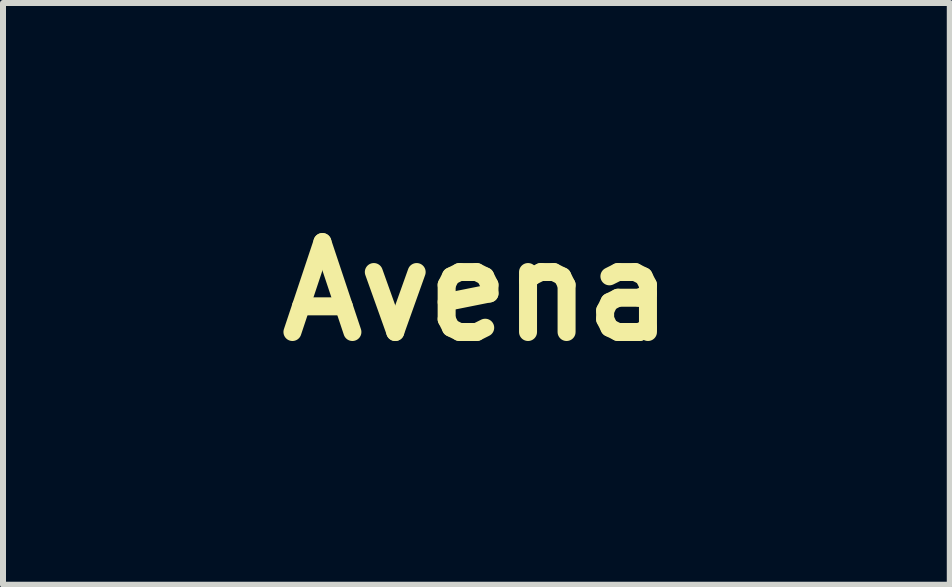
<source format=kicad_pcb>
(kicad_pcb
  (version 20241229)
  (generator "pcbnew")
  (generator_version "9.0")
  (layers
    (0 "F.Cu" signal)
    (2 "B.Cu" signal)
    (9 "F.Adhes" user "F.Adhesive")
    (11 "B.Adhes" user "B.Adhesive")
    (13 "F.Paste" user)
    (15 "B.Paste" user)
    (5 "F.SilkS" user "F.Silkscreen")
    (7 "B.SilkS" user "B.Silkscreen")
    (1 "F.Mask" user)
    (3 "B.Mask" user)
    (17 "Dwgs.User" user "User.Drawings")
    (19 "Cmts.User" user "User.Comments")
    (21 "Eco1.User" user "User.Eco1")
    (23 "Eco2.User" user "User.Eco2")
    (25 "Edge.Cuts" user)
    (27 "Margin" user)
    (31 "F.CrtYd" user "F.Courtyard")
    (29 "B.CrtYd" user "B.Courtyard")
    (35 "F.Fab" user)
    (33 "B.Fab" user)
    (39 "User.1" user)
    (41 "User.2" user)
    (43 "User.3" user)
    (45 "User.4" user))
  (footprint "Avena"
    (layer "F.Cu")
    (at 4.898 1.808)
    (property "Reference" "Avena" (at 0 0 0) (layer "F.SilkS") (effects (font (size 1.5 1.5) (thickness 0.3))))
    (attr board_only exclude_from_pos_files exclude_from_bom)
    (fp_poly (pts (xy -2.951 -1.51) (xy -2.851 -1.458) (xy -2.768 -1.375) (xy -2.725 -1.286) (xy -2.702 -1.171) (xy -2.698 -1.039) (xy -2.713 -0.903) (xy -2.748 -0.773) (xy -2.774 -0.711) (xy -2.838 -0.614) (xy -2.92 -0.549) (xy -3.012 -0.517) (xy -3.107 -0.522) (xy -3.182 -0.556) (xy -3.273 -0.642) (xy -3.342 -0.757) (xy -3.387 -0.89) (xy -3.408 -1.032) (xy -3.401 -1.174) (xy -3.365 -1.304) (xy -3.334 -1.366) (xy -3.257 -1.454) (xy -3.162 -1.508) (xy -3.057 -1.526)) (stroke (width 0) (type solid)) (fill yes) (layer "F.Mask"))
    (fp_poly (pts (xy 3.547 -0.31) (xy 3.588 -0.301) (xy 3.623 -0.286) (xy 3.65 -0.27) (xy 3.705 -0.23) (xy 3.747 -0.182) (xy 3.778 -0.12) (xy 3.8 -0.038) (xy 3.815 0.071) (xy 3.824 0.212) (xy 3.829 0.352) (xy 3.838 0.725) (xy 3.705 0.725) (xy 3.573 0.725) (xy 3.573 0.381) (xy 3.573 0.251) (xy 3.571 0.157) (xy 3.568 0.092) (xy 3.561 0.047) (xy 3.55 0.016) (xy 3.534 -0.01) (xy 3.517 -0.031) (xy 3.478 -0.07) (xy 3.438 -0.09) (xy 3.38 -0.097) (xy 3.344 -0.097) (xy 3.226 -0.097) (xy 3.226 0.314) (xy 3.226 0.725) (xy 3.084 0.725) (xy 2.941 0.725) (xy 2.949 0.239) (xy 2.952 0.066) (xy 2.956 -0.068) (xy 2.962 -0.166) (xy 2.969 -0.231) (xy 2.978 -0.266) (xy 2.983 -0.274) (xy 3.021 -0.289) (xy 3.101 -0.3) (xy 3.224 -0.308) (xy 3.29 -0.31) (xy 3.407 -0.313) (xy 3.489 -0.314)) (stroke (width 0) (type solid)) (fill yes) (layer "F.Mask"))
    (fp_poly (pts (xy -3.01 -0.431) (xy -2.969 -0.397) (xy -2.959 -0.374) (xy -2.955 -0.334) (xy -2.95 -0.257) (xy -2.945 -0.15) (xy -2.941 -0.017) (xy -2.937 0.134) (xy -2.934 0.298) (xy -2.931 0.468) (xy -2.929 0.637) (xy -2.928 0.801) (xy -2.927 0.953) (xy -2.927 1.086) (xy -2.929 1.195) (xy -2.932 1.272) (xy -2.933 1.294) (xy -2.95 1.42) (xy -2.977 1.504) (xy -3.014 1.546) (xy -3.061 1.546) (xy -3.118 1.505) (xy -3.119 1.504) (xy -3.13 1.492) (xy -3.139 1.477) (xy -3.146 1.456) (xy -3.151 1.424) (xy -3.155 1.377) (xy -3.158 1.311) (xy -3.16 1.222) (xy -3.16 1.106) (xy -3.16 0.959) (xy -3.159 0.777) (xy -3.157 0.557) (xy -3.157 0.541) (xy -3.155 0.315) (xy -3.154 0.129) (xy -3.151 -0.021) (xy -3.149 -0.141) (xy -3.146 -0.232) (xy -3.142 -0.3) (xy -3.137 -0.348) (xy -3.131 -0.381) (xy -3.124 -0.401) (xy -3.115 -0.413) (xy -3.115 -0.413) (xy -3.065 -0.438)) (stroke (width 0) (type solid)) (fill yes) (layer "F.Mask"))
    (fp_poly (pts (xy 0.908 -0.283) (xy 0.918 -0.279) (xy 0.94 -0.253) (xy 0.97 -0.19) (xy 1.003 -0.098) (xy 1.02 -0.046) (xy 1.066 0.099) (xy 1.109 0.218) (xy 1.145 0.307) (xy 1.174 0.362) (xy 1.193 0.379) (xy 1.205 0.359) (xy 1.228 0.305) (xy 1.258 0.224) (xy 1.293 0.122) (xy 1.317 0.049) (xy 1.423 -0.282) (xy 1.556 -0.288) (xy 1.625 -0.289) (xy 1.673 -0.284) (xy 1.689 -0.277) (xy 1.682 -0.25) (xy 1.662 -0.19) (xy 1.633 -0.105) (xy 1.597 -0.002) (xy 1.556 0.111) (xy 1.514 0.226) (xy 1.473 0.336) (xy 1.437 0.433) (xy 1.407 0.51) (xy 1.398 0.531) (xy 1.338 0.649) (xy 1.274 0.727) (xy 1.206 0.765) (xy 1.137 0.761) (xy 1.085 0.731) (xy 1.056 0.694) (xy 1.018 0.624) (xy 0.973 0.529) (xy 0.924 0.416) (xy 0.874 0.293) (xy 0.825 0.167) (xy 0.78 0.044) (xy 0.743 -0.068) (xy 0.716 -0.161) (xy 0.701 -0.228) (xy 0.701 -0.261) (xy 0.729 -0.28) (xy 0.783 -0.291) (xy 0.848 -0.292)) (stroke (width 0) (type solid)) (fill yes) (layer "F.Mask"))
    (fp_poly (pts (xy -3.84 -0.95) (xy -3.687 -0.927) (xy -3.551 -0.864) (xy -3.432 -0.762) (xy -3.331 -0.62) (xy -3.302 -0.566) (xy -3.262 -0.457) (xy -3.249 -0.355) (xy -3.264 -0.268) (xy -3.287 -0.228) (xy -3.344 -0.188) (xy -3.427 -0.168) (xy -3.528 -0.157) (xy -3.439 -0.057) (xy -3.351 0.06) (xy -3.289 0.177) (xy -3.255 0.289) (xy -3.251 0.388) (xy -3.278 0.47) (xy -3.301 0.499) (xy -3.345 0.533) (xy -3.399 0.549) (xy -3.467 0.552) (xy -3.579 0.552) (xy -3.48 0.639) (xy -3.402 0.724) (xy -3.333 0.827) (xy -3.281 0.936) (xy -3.252 1.036) (xy -3.248 1.077) (xy -3.267 1.168) (xy -3.32 1.238) (xy -3.399 1.279) (xy -3.468 1.287) (xy -3.553 1.278) (xy -3.639 1.257) (xy -3.652 1.253) (xy -3.757 1.198) (xy -3.861 1.114) (xy -3.95 1.012) (xy -3.989 0.95) (xy -4.036 0.834) (xy -4.055 0.726) (xy -4.045 0.631) (xy -4.01 0.556) (xy -3.95 0.506) (xy -3.866 0.487) (xy -3.864 0.487) (xy -3.786 0.487) (xy -3.873 0.388) (xy -3.97 0.259) (xy -4.028 0.135) (xy -4.049 0.009) (xy -4.049 -0.008) (xy -4.036 -0.111) (xy -3.994 -0.181) (xy -3.924 -0.219) (xy -3.851 -0.227) (xy -3.759 -0.227) (xy -3.859 -0.33) (xy -3.965 -0.462) (xy -4.028 -0.599) (xy -4.049 -0.739) (xy -4.04 -0.839) (xy -4.01 -0.903) (xy -3.953 -0.939) (xy -3.863 -0.95)) (stroke (width 0) (type solid)) (fill yes) (layer "F.Mask"))
    (fp_poly (pts (xy 2.381 -0.305) (xy 2.455 -0.284) (xy 2.552 -0.221) (xy 2.628 -0.123) (xy 2.679 0.003) (xy 2.705 0.153) (xy 2.707 0.215) (xy 2.707 0.335) (xy 2.377 0.34) (xy 2.251 0.343) (xy 2.162 0.346) (xy 2.104 0.35) (xy 2.07 0.357) (xy 2.055 0.367) (xy 2.052 0.381) (xy 2.053 0.39) (xy 2.083 0.457) (xy 2.148 0.51) (xy 2.237 0.545) (xy 2.344 0.559) (xy 2.456 0.551) (xy 2.547 0.54) (xy 2.604 0.55) (xy 2.634 0.584) (xy 2.642 0.641) (xy 2.628 0.699) (xy 2.582 0.74) (xy 2.503 0.766) (xy 2.385 0.78) (xy 2.378 0.78) (xy 2.289 0.782) (xy 2.209 0.779) (xy 2.155 0.772) (xy 2.155 0.771) (xy 2.023 0.717) (xy 1.913 0.632) (xy 1.833 0.524) (xy 1.8 0.446) (xy 1.783 0.351) (xy 1.777 0.235) (xy 1.782 0.12) (xy 1.789 0.078) (xy 2.042 0.078) (xy 2.064 0.108) (xy 2.069 0.112) (xy 2.111 0.127) (xy 2.181 0.136) (xy 2.263 0.141) (xy 2.341 0.139) (xy 2.402 0.131) (xy 2.413 0.128) (xy 2.441 0.1) (xy 2.44 0.056) (xy 2.415 0.006) (xy 2.373 -0.042) (xy 2.32 -0.079) (xy 2.262 -0.097) (xy 2.253 -0.097) (xy 2.184 -0.08) (xy 2.114 -0.034) (xy 2.059 0.029) (xy 2.054 0.038) (xy 2.042 0.078) (xy 1.789 0.078) (xy 1.797 0.031) (xy 1.836 -0.053) (xy 1.902 -0.141) (xy 1.982 -0.22) (xy 2.059 -0.271) (xy 2.154 -0.302) (xy 2.268 -0.314)) (stroke (width 0) (type solid)) (fill yes) (layer "F.Mask"))
    (fp_poly (pts (xy 0.207 -0.493) (xy 0.243 -0.41) (xy 0.29 -0.297) (xy 0.345 -0.161) (xy 0.404 -0.012) (xy 0.464 0.141) (xy 0.522 0.288) (xy 0.573 0.421) (xy 0.614 0.531) (xy 0.62 0.548) (xy 0.693 0.749) (xy 0.547 0.743) (xy 0.401 0.736) (xy 0.355 0.606) (xy 0.309 0.476) (xy 0.017 0.47) (xy -0.275 0.464) (xy -0.323 0.594) (xy -0.349 0.663) (xy -0.372 0.713) (xy -0.385 0.733) (xy -0.414 0.74) (xy -0.471 0.75) (xy -0.525 0.757) (xy -0.597 0.764) (xy -0.635 0.761) (xy -0.649 0.748) (xy -0.65 0.739) (xy -0.641 0.699) (xy -0.618 0.625) (xy -0.583 0.525) (xy -0.537 0.403) (xy -0.485 0.267) (xy -0.463 0.211) (xy -0.193 0.211) (xy -0.174 0.218) (xy -0.121 0.224) (xy -0.042 0.227) (xy 0.011 0.227) (xy 0.099 0.226) (xy 0.169 0.222) (xy 0.21 0.215) (xy 0.217 0.211) (xy 0.209 0.179) (xy 0.188 0.119) (xy 0.157 0.041) (xy 0.122 -0.045) (xy 0.086 -0.129) (xy 0.053 -0.202) (xy 0.027 -0.255) (xy 0.011 -0.278) (xy 0.011 -0.278) (xy -0.003 -0.26) (xy -0.027 -0.212) (xy -0.06 -0.141) (xy -0.095 -0.058) (xy -0.13 0.028) (xy -0.161 0.108) (xy -0.183 0.171) (xy -0.193 0.21) (xy -0.193 0.211) (xy -0.463 0.211) (xy -0.428 0.123) (xy -0.368 -0.022) (xy -0.31 -0.164) (xy -0.254 -0.294) (xy -0.203 -0.407) (xy -0.161 -0.497) (xy -0.13 -0.557) (xy -0.116 -0.577) (xy -0.076 -0.604) (xy -0.012 -0.616) (xy 0.036 -0.617) (xy 0.152 -0.617)) (stroke (width 0) (type solid)) (fill yes) (layer "F.Mask"))
    (fp_poly (pts (xy 4.447 -0.308) (xy 4.448 -0.308) (xy 4.584 -0.298) (xy 4.685 -0.275) (xy 4.761 -0.233) (xy 4.819 -0.171) (xy 4.839 -0.14) (xy 4.855 -0.108) (xy 4.867 -0.071) (xy 4.875 -0.021) (xy 4.881 0.049) (xy 4.885 0.146) (xy 4.889 0.277) (xy 4.889 0.314) (xy 4.89 0.441) (xy 4.889 0.553) (xy 4.886 0.642) (xy 4.881 0.702) (xy 4.876 0.723) (xy 4.842 0.742) (xy 4.775 0.758) (xy 4.686 0.772) (xy 4.584 0.78) (xy 4.481 0.784) (xy 4.385 0.782) (xy 4.308 0.772) (xy 4.298 0.77) (xy 4.188 0.725) (xy 4.11 0.65) (xy 4.063 0.546) (xy 4.052 0.45) (xy 4.299 0.45) (xy 4.308 0.495) (xy 4.327 0.53) (xy 4.357 0.552) (xy 4.407 0.564) (xy 4.488 0.57) (xy 4.534 0.571) (xy 4.661 0.574) (xy 4.646 0.46) (xy 4.634 0.392) (xy 4.621 0.343) (xy 4.613 0.328) (xy 4.577 0.314) (xy 4.516 0.31) (xy 4.448 0.315) (xy 4.39 0.329) (xy 4.376 0.335) (xy 4.319 0.385) (xy 4.299 0.45) (xy 4.052 0.45) (xy 4.049 0.427) (xy 4.067 0.317) (xy 4.121 0.231) (xy 4.21 0.169) (xy 4.334 0.132) (xy 4.489 0.12) (xy 4.574 0.119) (xy 4.623 0.115) (xy 4.645 0.106) (xy 4.648 0.089) (xy 4.643 0.07) (xy 4.62 0.017) (xy 4.587 -0.037) (xy 4.564 -0.066) (xy 4.537 -0.083) (xy 4.496 -0.094) (xy 4.43 -0.099) (xy 4.357 -0.102) (xy 4.168 -0.108) (xy 4.162 -0.197) (xy 4.161 -0.244) (xy 4.171 -0.276) (xy 4.198 -0.296) (xy 4.249 -0.306) (xy 4.33 -0.309)) (stroke (width 0) (type solid)) (fill yes) (layer "F.Mask"))
    (fp_poly (pts (xy -2.146 -0.943) (xy -2.145 -0.943) (xy -2.1 -0.899) (xy -2.061 -0.83) (xy -2.038 -0.753) (xy -2.035 -0.719) (xy -2.048 -0.66) (xy -2.08 -0.58) (xy -2.126 -0.491) (xy -2.18 -0.406) (xy -2.233 -0.338) (xy -2.24 -0.33) (xy -2.315 -0.253) (xy -2.242 -0.24) (xy -2.157 -0.207) (xy -2.088 -0.149) (xy -2.045 -0.078) (xy -2.035 -0.027) (xy -2.048 0.043) (xy -2.081 0.134) (xy -2.129 0.231) (xy -2.184 0.323) (xy -2.239 0.396) (xy -2.261 0.418) (xy -2.334 0.482) (xy -2.247 0.494) (xy -2.152 0.526) (xy -2.096 0.567) (xy -2.057 0.609) (xy -2.04 0.648) (xy -2.04 0.705) (xy -2.043 0.731) (xy -2.082 0.882) (xy -2.158 1.021) (xy -2.265 1.14) (xy -2.399 1.232) (xy -2.402 1.233) (xy -2.47 1.258) (xy -2.556 1.275) (xy -2.643 1.282) (xy -2.716 1.279) (xy -2.755 1.266) (xy -2.803 1.217) (xy -2.84 1.144) (xy -2.858 1.066) (xy -2.858 1.055) (xy -2.845 0.987) (xy -2.81 0.899) (xy -2.76 0.804) (xy -2.701 0.713) (xy -2.641 0.641) (xy -2.636 0.636) (xy -2.55 0.552) (xy -2.646 0.552) (xy -2.743 0.536) (xy -2.81 0.488) (xy -2.847 0.413) (xy -2.851 0.314) (xy -2.839 0.25) (xy -2.784 0.115) (xy -2.696 -0.017) (xy -2.626 -0.092) (xy -2.552 -0.162) (xy -2.639 -0.162) (xy -2.729 -0.178) (xy -2.787 -0.215) (xy -2.822 -0.251) (xy -2.84 -0.29) (xy -2.845 -0.349) (xy -2.845 -0.386) (xy -2.82 -0.532) (xy -2.757 -0.666) (xy -2.656 -0.784) (xy -2.523 -0.881) (xy -2.49 -0.899) (xy -2.398 -0.935) (xy -2.301 -0.955) (xy -2.212 -0.959)) (stroke (width 0) (type solid)) (fill yes) (layer "F.Mask"))
    (fp_poly (pts (xy -2.809 -1.791) (xy -2.556 -1.741) (xy -2.322 -1.657) (xy -2.263 -1.63) (xy -2.009 -1.48) (xy -1.787 -1.301) (xy -1.598 -1.096) (xy -1.444 -0.863) (xy -1.323 -0.604) (xy -1.31 -0.567) (xy -1.237 -0.317) (xy -1.2 -0.075) (xy -1.201 0.165) (xy -1.239 0.411) (xy -1.315 0.669) (xy -1.343 0.745) (xy -1.459 0.985) (xy -1.61 1.205) (xy -1.794 1.401) (xy -2.007 1.57) (xy -2.245 1.709) (xy -2.506 1.815) (xy -2.637 1.853) (xy -2.755 1.874) (xy -2.9 1.888) (xy -3.058 1.893) (xy -3.214 1.89) (xy -3.353 1.877) (xy -3.383 1.872) (xy -3.64 1.808) (xy -3.883 1.705) (xy -4.109 1.567) (xy -4.315 1.397) (xy -4.496 1.201) (xy -4.649 0.98) (xy -4.769 0.74) (xy -4.853 0.484) (xy -4.864 0.438) (xy -4.883 0.313) (xy -4.895 0.164) (xy -4.896 0.117) (xy -4.648 0.117) (xy -4.646 0.146) (xy -4.6 0.404) (xy -4.517 0.649) (xy -4.4 0.875) (xy -4.252 1.08) (xy -4.077 1.258) (xy -3.876 1.407) (xy -3.654 1.522) (xy -3.528 1.567) (xy -3.444 1.593) (xy -3.377 1.611) (xy -3.315 1.621) (xy -3.247 1.627) (xy -3.162 1.628) (xy -3.049 1.626) (xy -2.997 1.625) (xy -2.866 1.62) (xy -2.766 1.612) (xy -2.685 1.599) (xy -2.61 1.58) (xy -2.557 1.563) (xy -2.322 1.459) (xy -2.106 1.32) (xy -1.915 1.151) (xy -1.751 0.955) (xy -1.62 0.738) (xy -1.526 0.503) (xy -1.506 0.434) (xy -1.487 0.33) (xy -1.476 0.197) (xy -1.472 0.05) (xy -1.476 -0.098) (xy -1.486 -0.233) (xy -1.504 -0.34) (xy -1.506 -0.347) (xy -1.583 -0.569) (xy -1.695 -0.782) (xy -1.837 -0.98) (xy -2.002 -1.152) (xy -2.183 -1.292) (xy -2.188 -1.295) (xy -2.415 -1.414) (xy -2.65 -1.494) (xy -2.89 -1.536) (xy -3.131 -1.541) (xy -3.368 -1.51) (xy -3.597 -1.446) (xy -3.813 -1.349) (xy -4.014 -1.221) (xy -4.194 -1.062) (xy -4.349 -0.876) (xy -4.476 -0.662) (xy -4.535 -0.525) (xy -4.586 -0.363) (xy -4.624 -0.193) (xy -4.645 -0.028) (xy -4.648 0.117) (xy -4.896 0.117) (xy -4.898 0.007) (xy -4.893 -0.144) (xy -4.879 -0.271) (xy -4.873 -0.303) (xy -4.795 -0.575) (xy -4.681 -0.827) (xy -4.535 -1.057) (xy -4.359 -1.263) (xy -4.157 -1.44) (xy -3.932 -1.586) (xy -3.688 -1.697) (xy -3.427 -1.772) (xy -3.33 -1.788) (xy -3.07 -1.808)) (stroke (width 0) (type solid)) (fill yes) (layer "F.Mask")))
  (gr_rect
    (start -3 -3)
    (end 12.788 6.701)
    (stroke (width 0.1) (type default))
    (fill no)
    (layer "Edge.Cuts")))
</source>
